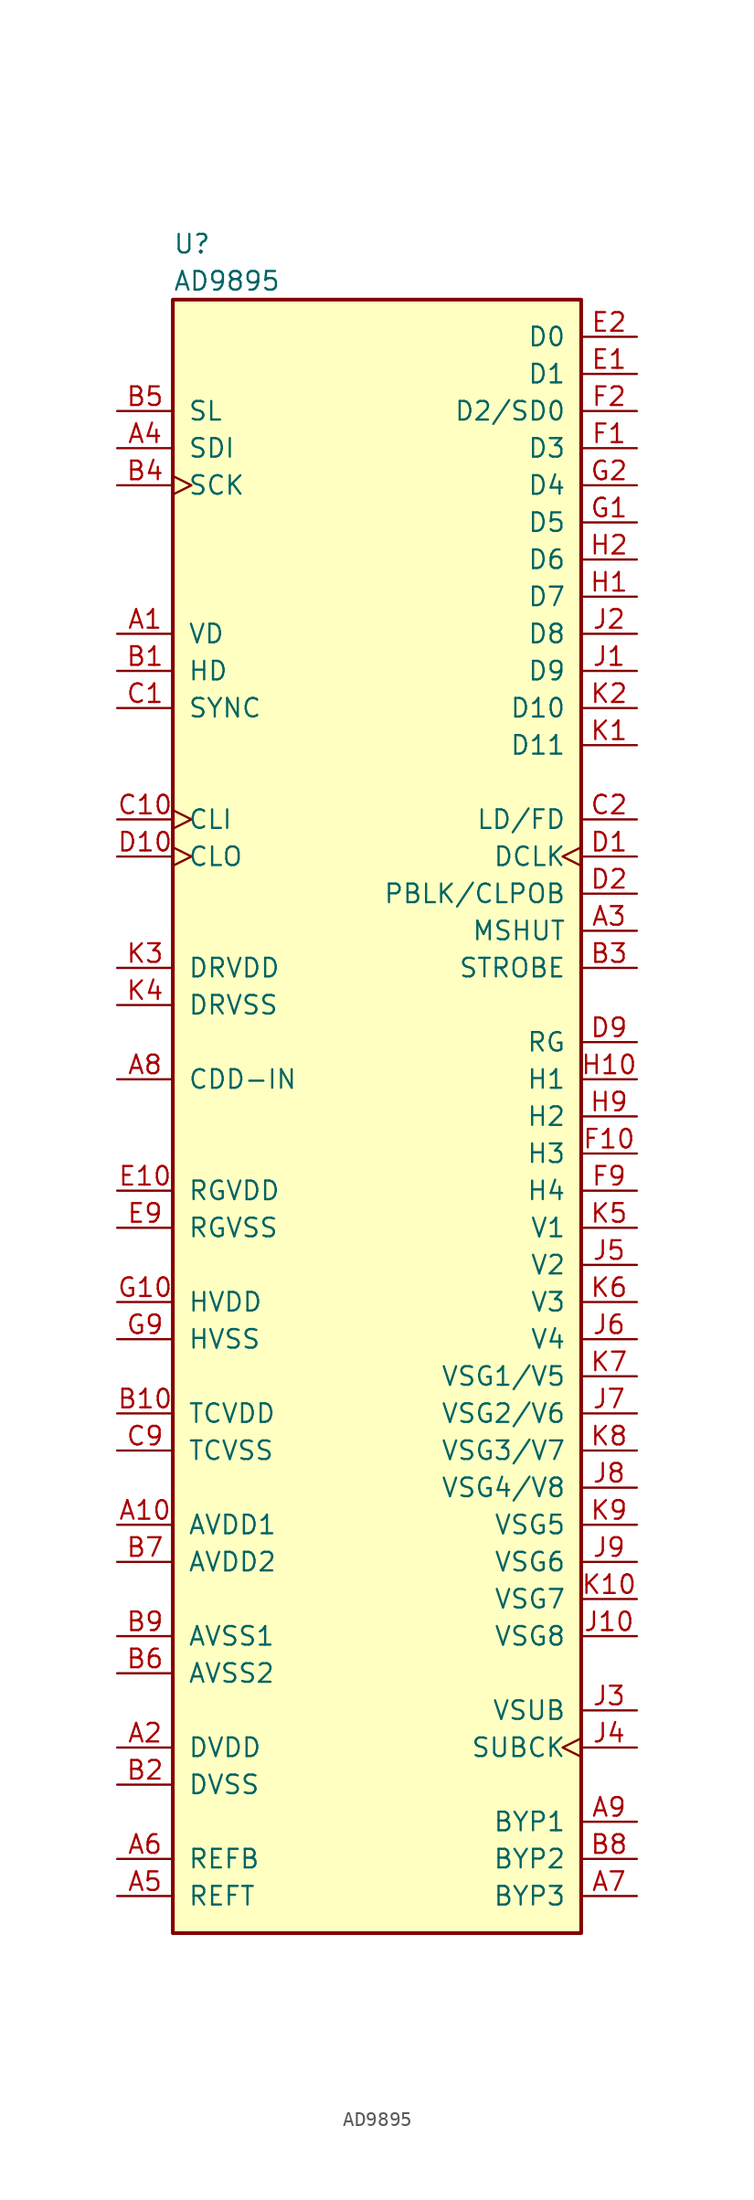
<source format=kicad_sym>
(kicad_symbol_lib
  (version 20241209)
  (generator "kicad_symbol_editor")
  (generator_version "9.0")
  (symbol "AD9895"
    (pin_names
      (offset 1.016))
    (property "Reference" "U"
      (at -13.97 59.69 0)
      (effects (font (size 1.27 1.27)) (justify left)))
    (property "Value" "AD9895"
      (at -13.97 57.15 0)
      (effects (font (size 1.27 1.27)) (justify left)))
    (symbol "AD9895_0_1"
      (rectangle (start 13.97 -55.88) (end -13.97 55.88) (stroke (width 0.254) (type default)) (fill (type background))))
    (symbol "AD9895_1_1"
      (pin input line (at -17.78 48.26 0) (length 3.81) (name "SL" (effects (font (size 1.27 1.27)))) (number "B5" (effects (font (size 1.27 1.27)))))
      (pin input line (at -17.78 45.72 0) (length 3.81) (name "SDI" (effects (font (size 1.27 1.27)))) (number "A4" (effects (font (size 1.27 1.27)))))
      (pin input clock (at -17.78 43.18 0) (length 3.81) (name "SCK" (effects (font (size 1.27 1.27)))) (number "B4" (effects (font (size 1.27 1.27)))))
      (pin bidirectional line (at -17.78 33.02 0) (length 3.81) (name "VD" (effects (font (size 1.27 1.27)))) (number "A1" (effects (font (size 1.27 1.27)))))
      (pin bidirectional line (at -17.78 30.48 0) (length 3.81) (name "HD" (effects (font (size 1.27 1.27)))) (number "B1" (effects (font (size 1.27 1.27)))))
      (pin input line (at -17.78 27.94 0) (length 3.81) (name "SYNC" (effects (font (size 1.27 1.27)))) (number "C1" (effects (font (size 1.27 1.27)))))
      (pin input clock (at -17.78 20.32 0) (length 3.81) (name "CLI" (effects (font (size 1.27 1.27)))) (number "C10" (effects (font (size 1.27 1.27)))))
      (pin output clock (at -17.78 17.78 0) (length 3.81) (name "CLO" (effects (font (size 1.27 1.27)))) (number "D10" (effects (font (size 1.27 1.27)))))
      (pin power_out line (at -17.78 10.16 0) (length 3.81) (name "DRVDD" (effects (font (size 1.27 1.27)))) (number "K3" (effects (font (size 1.27 1.27)))))
      (pin power_out line (at -17.78 7.62 0) (length 3.81) (name "DRVSS" (effects (font (size 1.27 1.27)))) (number "K4" (effects (font (size 1.27 1.27)))))
      (pin input line (at -17.78 2.54 0) (length 3.81) (name "CDD-IN" (effects (font (size 1.27 1.27)))) (number "A8" (effects (font (size 1.27 1.27)))))
      (pin power_in line (at -17.78 -5.08 0) (length 3.81) (name "RGVDD" (effects (font (size 1.27 1.27)))) (number "E10" (effects (font (size 1.27 1.27)))))
      (pin power_in line (at -17.78 -7.62 0) (length 3.81) (name "RGVSS" (effects (font (size 1.27 1.27)))) (number "E9" (effects (font (size 1.27 1.27)))))
      (pin power_in line (at -17.78 -12.7 0) (length 3.81) (name "HVDD" (effects (font (size 1.27 1.27)))) (number "G10" (effects (font (size 1.27 1.27)))))
      (pin power_in line (at -17.78 -15.24 0) (length 3.81) (name "HVSS" (effects (font (size 1.27 1.27)))) (number "G9" (effects (font (size 1.27 1.27)))))
      (pin power_in line (at -17.78 -20.32 0) (length 3.81) (name "TCVDD" (effects (font (size 1.27 1.27)))) (number "B10" (effects (font (size 1.27 1.27)))))
      (pin power_in line (at -17.78 -22.86 0) (length 3.81) (name "TCVSS" (effects (font (size 1.27 1.27)))) (number "C9" (effects (font (size 1.27 1.27)))))
      (pin power_in line (at -17.78 -27.94 0) (length 3.81) (name "AVDD1" (effects (font (size 1.27 1.27)))) (number "A10" (effects (font (size 1.27 1.27)))))
      (pin power_in line (at -17.78 -30.48 0) (length 3.81) (name "AVDD2" (effects (font (size 1.27 1.27)))) (number "B7" (effects (font (size 1.27 1.27)))))
      (pin power_in line (at -17.78 -35.56 0) (length 3.81) (name "AVSS1" (effects (font (size 1.27 1.27)))) (number "B9" (effects (font (size 1.27 1.27)))))
      (pin power_in line (at -17.78 -38.1 0) (length 3.81) (name "AVSS2" (effects (font (size 1.27 1.27)))) (number "B6" (effects (font (size 1.27 1.27)))))
      (pin power_in line (at -17.78 -43.18 0) (length 3.81) (name "DVDD" (effects (font (size 1.27 1.27)))) (number "A2" (effects (font (size 1.27 1.27)))))
      (pin power_in line (at -17.78 -45.72 0) (length 3.81) (name "DVSS" (effects (font (size 1.27 1.27)))) (number "B2" (effects (font (size 1.27 1.27)))))
      (pin output line (at -17.78 -50.8 0) (length 3.81) (name "REFB" (effects (font (size 1.27 1.27)))) (number "A6" (effects (font (size 1.27 1.27)))))
      (pin output line (at -17.78 -53.34 0) (length 3.81) (name "REFT" (effects (font (size 1.27 1.27)))) (number "A5" (effects (font (size 1.27 1.27)))))
      (pin output line (at 17.78 53.34 180) (length 3.81) (name "D0" (effects (font (size 1.27 1.27)))) (number "E2" (effects (font (size 1.27 1.27)))))
      (pin output line (at 17.78 50.8 180) (length 3.81) (name "D1" (effects (font (size 1.27 1.27)))) (number "E1" (effects (font (size 1.27 1.27)))))
      (pin output line (at 17.78 48.26 180) (length 3.81) (name "D2/SD0" (effects (font (size 1.27 1.27)))) (number "F2" (effects (font (size 1.27 1.27)))))
      (pin output line (at 17.78 45.72 180) (length 3.81) (name "D3" (effects (font (size 1.27 1.27)))) (number "F1" (effects (font (size 1.27 1.27)))))
      (pin output line (at 17.78 43.18 180) (length 3.81) (name "D4" (effects (font (size 1.27 1.27)))) (number "G2" (effects (font (size 1.27 1.27)))))
      (pin output line (at 17.78 40.64 180) (length 3.81) (name "D5" (effects (font (size 1.27 1.27)))) (number "G1" (effects (font (size 1.27 1.27)))))
      (pin output line (at 17.78 38.1 180) (length 3.81) (name "D6" (effects (font (size 1.27 1.27)))) (number "H2" (effects (font (size 1.27 1.27)))))
      (pin output line (at 17.78 35.56 180) (length 3.81) (name "D7" (effects (font (size 1.27 1.27)))) (number "H1" (effects (font (size 1.27 1.27)))))
      (pin output line (at 17.78 33.02 180) (length 3.81) (name "D8" (effects (font (size 1.27 1.27)))) (number "J2" (effects (font (size 1.27 1.27)))))
      (pin output line (at 17.78 30.48 180) (length 3.81) (name "D9" (effects (font (size 1.27 1.27)))) (number "J1" (effects (font (size 1.27 1.27)))))
      (pin output line (at 17.78 27.94 180) (length 3.81) (name "D10" (effects (font (size 1.27 1.27)))) (number "K2" (effects (font (size 1.27 1.27)))))
      (pin input line (at 17.78 25.4 180) (length 3.81) (name "D11" (effects (font (size 1.27 1.27)))) (number "K1" (effects (font (size 1.27 1.27)))))
      (pin output line (at 17.78 20.32 180) (length 3.81) (name "LD/FD" (effects (font (size 1.27 1.27)))) (number "C2" (effects (font (size 1.27 1.27)))))
      (pin output clock (at 17.78 17.78 180) (length 3.81) (name "DCLK" (effects (font (size 1.27 1.27)))) (number "D1" (effects (font (size 1.27 1.27)))))
      (pin output line (at 17.78 15.24 180) (length 3.81) (name "PBLK/CLPOB" (effects (font (size 1.27 1.27)))) (number "D2" (effects (font (size 1.27 1.27)))))
      (pin output line (at 17.78 12.7 180) (length 3.81) (name "MSHUT" (effects (font (size 1.27 1.27)))) (number "A3" (effects (font (size 1.27 1.27)))))
      (pin output line (at 17.78 10.16 180) (length 3.81) (name "STROBE" (effects (font (size 1.27 1.27)))) (number "B3" (effects (font (size 1.27 1.27)))))
      (pin output line (at 17.78 5.08 180) (length 3.81) (name "RG" (effects (font (size 1.27 1.27)))) (number "D9" (effects (font (size 1.27 1.27)))))
      (pin output line (at 17.78 2.54 180) (length 3.81) (name "H1" (effects (font (size 1.27 1.27)))) (number "H10" (effects (font (size 1.27 1.27)))))
      (pin output line (at 17.78 0 180) (length 3.81) (name "H2" (effects (font (size 1.27 1.27)))) (number "H9" (effects (font (size 1.27 1.27)))))
      (pin output line (at 17.78 -2.54 180) (length 3.81) (name "H3" (effects (font (size 1.27 1.27)))) (number "F10" (effects (font (size 1.27 1.27)))))
      (pin output line (at 17.78 -5.08 180) (length 3.81) (name "H4" (effects (font (size 1.27 1.27)))) (number "F9" (effects (font (size 1.27 1.27)))))
      (pin output line (at 17.78 -7.62 180) (length 3.81) (name "V1" (effects (font (size 1.27 1.27)))) (number "K5" (effects (font (size 1.27 1.27)))))
      (pin output line (at 17.78 -10.16 180) (length 3.81) (name "V2" (effects (font (size 1.27 1.27)))) (number "J5" (effects (font (size 1.27 1.27)))))
      (pin output line (at 17.78 -12.7 180) (length 3.81) (name "V3" (effects (font (size 1.27 1.27)))) (number "K6" (effects (font (size 1.27 1.27)))))
      (pin output line (at 17.78 -15.24 180) (length 3.81) (name "V4" (effects (font (size 1.27 1.27)))) (number "J6" (effects (font (size 1.27 1.27)))))
      (pin output line (at 17.78 -17.78 180) (length 3.81) (name "VSG1/V5" (effects (font (size 1.27 1.27)))) (number "K7" (effects (font (size 1.27 1.27)))))
      (pin output line (at 17.78 -20.32 180) (length 3.81) (name "VSG2/V6" (effects (font (size 1.27 1.27)))) (number "J7" (effects (font (size 1.27 1.27)))))
      (pin output line (at 17.78 -22.86 180) (length 3.81) (name "VSG3/V7" (effects (font (size 1.27 1.27)))) (number "K8" (effects (font (size 1.27 1.27)))))
      (pin output line (at 17.78 -25.4 180) (length 3.81) (name "VSG4/V8" (effects (font (size 1.27 1.27)))) (number "J8" (effects (font (size 1.27 1.27)))))
      (pin output line (at 17.78 -27.94 180) (length 3.81) (name "VSG5" (effects (font (size 1.27 1.27)))) (number "K9" (effects (font (size 1.27 1.27)))))
      (pin output line (at 17.78 -30.48 180) (length 3.81) (name "VSG6" (effects (font (size 1.27 1.27)))) (number "J9" (effects (font (size 1.27 1.27)))))
      (pin output line (at 17.78 -33.02 180) (length 3.81) (name "VSG7" (effects (font (size 1.27 1.27)))) (number "K10" (effects (font (size 1.27 1.27)))))
      (pin output line (at 17.78 -35.56 180) (length 3.81) (name "VSG8" (effects (font (size 1.27 1.27)))) (number "J10" (effects (font (size 1.27 1.27)))))
      (pin output line (at 17.78 -40.64 180) (length 3.81) (name "VSUB" (effects (font (size 1.27 1.27)))) (number "J3" (effects (font (size 1.27 1.27)))))
      (pin output clock (at 17.78 -43.18 180) (length 3.81) (name "SUBCK" (effects (font (size 1.27 1.27)))) (number "J4" (effects (font (size 1.27 1.27)))))
      (pin output line (at 17.78 -48.26 180) (length 3.81) (name "BYP1" (effects (font (size 1.27 1.27)))) (number "A9" (effects (font (size 1.27 1.27)))))
      (pin output line (at 17.78 -50.8 180) (length 3.81) (name "BYP2" (effects (font (size 1.27 1.27)))) (number "B8" (effects (font (size 1.27 1.27)))))
      (pin output line (at 17.78 -53.34 180) (length 3.81) (name "BYP3" (effects (font (size 1.27 1.27)))) (number "A7" (effects (font (size 1.27 1.27))))))))
</source>
